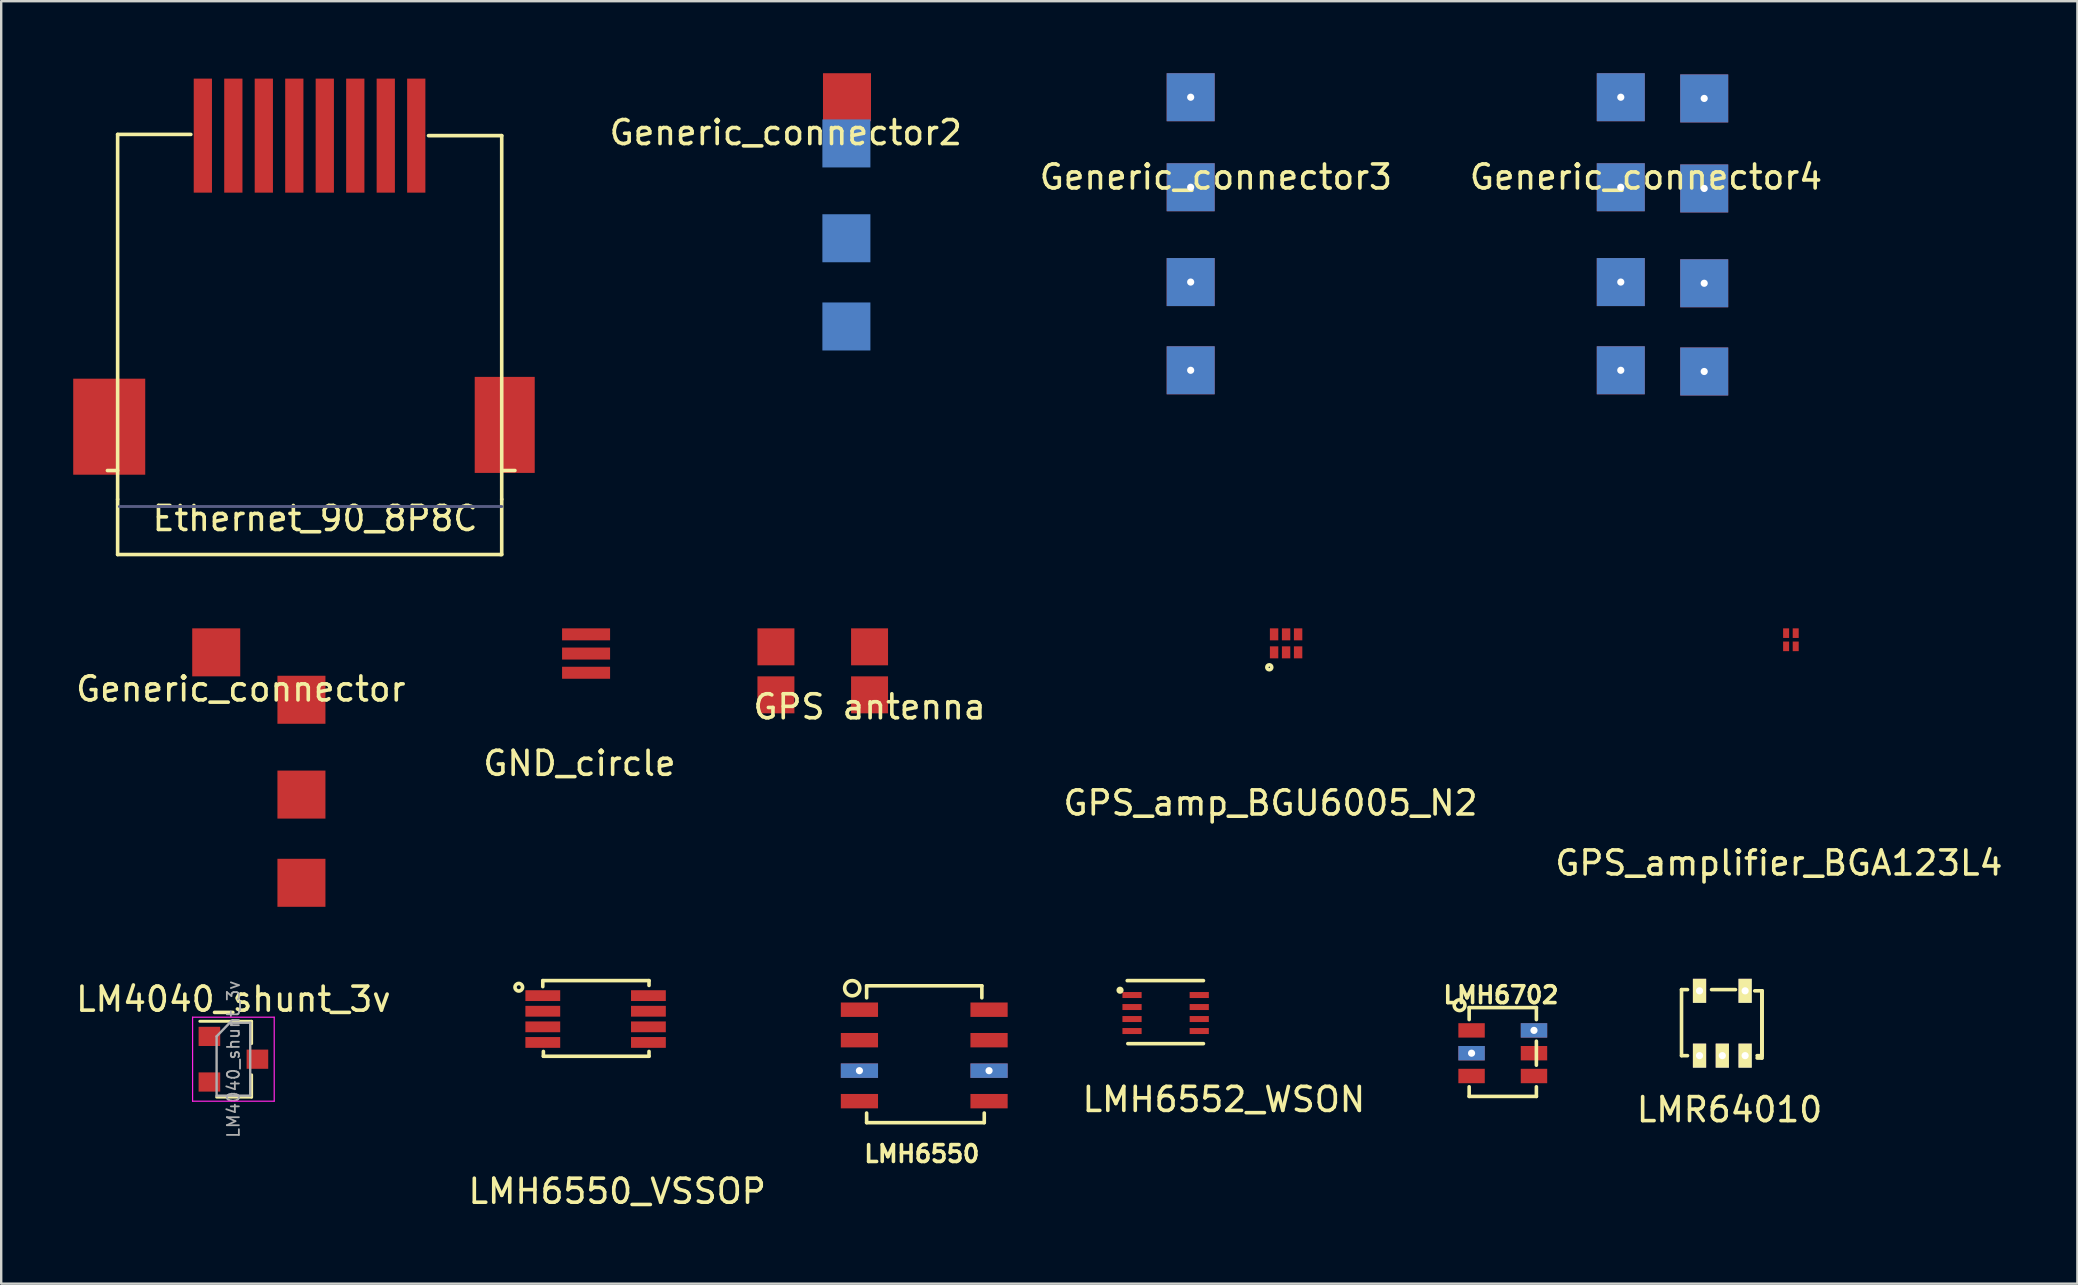
<source format=kicad_pcb>
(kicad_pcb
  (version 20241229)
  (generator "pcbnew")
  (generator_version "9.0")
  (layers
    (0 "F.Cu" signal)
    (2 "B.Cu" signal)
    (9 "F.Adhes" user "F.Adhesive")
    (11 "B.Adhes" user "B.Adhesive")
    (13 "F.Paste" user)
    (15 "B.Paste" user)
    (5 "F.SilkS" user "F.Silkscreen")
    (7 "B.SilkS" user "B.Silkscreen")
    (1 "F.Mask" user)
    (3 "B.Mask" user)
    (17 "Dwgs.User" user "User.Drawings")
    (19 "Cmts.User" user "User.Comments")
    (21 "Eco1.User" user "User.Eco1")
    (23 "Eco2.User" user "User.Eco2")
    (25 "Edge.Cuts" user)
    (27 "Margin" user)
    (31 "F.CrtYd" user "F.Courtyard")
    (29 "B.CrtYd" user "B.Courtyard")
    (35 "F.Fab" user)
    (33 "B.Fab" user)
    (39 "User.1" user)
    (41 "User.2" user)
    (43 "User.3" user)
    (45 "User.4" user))
  (footprint "LMH6702"
    (layer "F.Cu")
    (at 59.551 40.823)
    (property "Reference" "LMH6702" (at -0.075 -2.425 0) (layer "F.SilkS") (effects (font (size 0.7 0.7) (thickness 0.15))))
    (attr through_hole)
    (fp_line (start -1.4 -1.9) (end 1.4 -1.9) (stroke (width 0.15) (type solid)) (layer "F.SilkS"))
    (fp_line (start -1.4 -1.4) (end -1.4 -1.9) (stroke (width 0.15) (type solid)) (layer "F.SilkS"))
    (fp_line (start -1.4 1.8) (end -1.4 1.4) (stroke (width 0.15) (type solid)) (layer "F.SilkS"))
    (fp_line (start 1.4 -1.9) (end 1.4 -1.4) (stroke (width 0.15) (type solid)) (layer "F.SilkS"))
    (fp_line (start 1.4 -0.5) (end 1.4 0.5) (stroke (width 0.15) (type solid)) (layer "F.SilkS"))
    (fp_line (start 1.4 1.4) (end 1.4 1.8) (stroke (width 0.15) (type solid)) (layer "F.SilkS"))
    (fp_line (start 1.4 1.8) (end -1.4 1.8) (stroke (width 0.15) (type solid)) (layer "F.SilkS"))
    (fp_circle (center -1.8 -2) (end -1.7 -2.2) (stroke (width 0.15) (type solid)) (fill no) (layer "F.SilkS"))
    (pad "1" smd rect (at -1.3 -0.95) (size 1.1 0.6) (layers "F.Cu" "F.Mask" "F.Paste"))
    (pad "2" thru_hole rect (at -1.3 0) (size 1.1 0.6) (drill 0.3) (layers "*.Cu" "*.Mask"))
    (pad "3" smd rect (at -1.3 0.95) (size 1.1 0.6) (layers "F.Cu" "F.Mask" "F.Paste"))
    (pad "4" smd rect (at 1.3 0.95) (size 1.1 0.6) (layers "F.Cu" "F.Mask" "F.Paste"))
    (pad "5" smd rect (at 1.3 0) (size 1.1 0.6) (layers "F.Cu" "F.Mask" "F.Paste"))
    (pad "6" thru_hole rect (at 1.3 -0.95) (size 1.1 0.6) (drill 0.3) (layers "*.Cu" "*.Mask")))
  (footprint "LMH6552_WSON"
    (layer "F.Cu")
    (at 47.932 42.25)
    (property "Reference" "LMH6552_WSON" (at 0 0.5 0) (layer "F.SilkS") (effects (font (size 1 1) (thickness 0.15))))
    (attr through_hole)
    (fp_line (start -4.025 -4.45) (end -0.85 -4.45) (stroke (width 0.15) (type solid)) (layer "F.SilkS"))
    (fp_line (start -4 -1.825) (end -0.85 -1.825) (stroke (width 0.15) (type solid)) (layer "F.SilkS"))
    (fp_circle (center -4.325 -4.05) (end -4.25 -4.05) (stroke (width 0.15) (type solid)) (fill no) (layer "F.SilkS"))
    (pad "1" smd rect (at -3.825 -3.85) (size 0.8 0.25) (layers "F.Cu" "F.Mask" "F.Paste"))
    (pad "2" smd rect (at -3.825 -3.35) (size 0.8 0.25) (layers "F.Cu" "F.Mask" "F.Paste"))
    (pad "3" smd rect (at -3.825 -2.85) (size 0.8 0.25) (layers "F.Cu" "F.Mask" "F.Paste"))
    (pad "4" smd rect (at -3.825 -2.35) (size 0.8 0.25) (layers "F.Cu" "F.Mask" "F.Paste"))
    (pad "5" smd rect (at -1.025 -2.35) (size 0.8 0.25) (layers "F.Cu" "F.Mask" "F.Paste"))
    (pad "6" smd rect (at -1.025 -2.85) (size 0.8 0.25) (layers "F.Cu" "F.Mask" "F.Paste"))
    (pad "7" smd rect (at -1.025 -3.35) (size 0.8 0.25) (layers "F.Cu" "F.Mask" "F.Paste"))
    (pad "8" smd rect (at -1.025 -3.85) (size 0.8 0.25) (layers "F.Cu" "F.Mask" "F.Paste")))
  (footprint "GPS_amplifier_BGA123L4"
    (layer "F.Cu")
    (at 71.354 23.4)
    (property "Reference" "GPS_amplifier_BGA123L4" (at -0.3 9.5 0) (layer "F.SilkS") (effects (font (size 1 1) (thickness 0.15))))
    (attr through_hole)
    (pad "1" smd rect (at 0 0.475) (size 0.25 0.4) (layers "F.Cu" "F.Mask" "F.Paste"))
    (pad "2" smd rect (at 0.4 0.475) (size 0.25 0.4) (layers "F.Cu" "F.Mask" "F.Paste"))
    (pad "3" smd rect (at 0.4 -0.075) (size 0.25 0.4) (layers "F.Cu" "F.Mask" "F.Paste"))
    (pad "4" smd rect (at 0 -0.075) (size 0.25 0.4) (layers "F.Cu" "F.Mask" "F.Paste")))
  (footprint "GPS_amp_BGU6005_N2"
    (layer "F.Cu")
    (at 50.025 24.05)
    (property "Reference" "GPS_amp_BGU6005_N2" (at -0.15 6.35 0) (layer "F.SilkS") (effects (font (size 1 1) (thickness 0.15))))
    (attr through_hole)
    (fp_circle (center -0.2 0.697) (end -0.1 0.672) (stroke (width 0.15) (type solid)) (fill no) (layer "F.SilkS"))
    (pad "1" smd rect (at 0 0.075) (size 0.35 0.5) (layers "F.Cu" "F.Mask" "F.Paste"))
    (pad "2" smd rect (at 0.5 0.075) (size 0.35 0.5) (layers "F.Cu" "F.Mask" "F.Paste"))
    (pad "3" smd rect (at 1 0.075) (size 0.35 0.5) (layers "F.Cu" "F.Mask" "F.Paste"))
    (pad "4" smd rect (at 0 -0.675) (size 0.35 0.5) (layers "F.Cu" "F.Mask" "F.Paste"))
    (pad "5" smd rect (at 0.5 -0.675) (size 0.35 0.5) (layers "F.Cu" "F.Mask" "F.Paste"))
    (pad "6" smd rect (at 1 -0.675) (size 0.35 0.5) (layers "F.Cu" "F.Mask" "F.Paste")))
  (footprint "GPS antenna"
    (layer "F.Cu")
    (at 33.173 25.895)
    (property "Reference" "GPS antenna" (at 0 0.5 0) (layer "F.SilkS") (effects (font (size 1 1) (thickness 0.15))))
    (attr through_hole)
    (pad "1" smd rect (at 0 -2) (size 1.54 1.54) (layers "F.Cu" "F.Mask" "F.Paste"))
    (pad "2" smd rect (at -3.9 -2) (size 1.54 1.54) (layers "F.Cu" "F.Mask" "F.Paste"))
    (pad "3" smd rect (at -3.9 0) (size 1.54 1.54) (layers "F.Cu" "F.Mask" "F.Paste"))
    (pad "4" smd rect (at 0 0) (size 1.54 1.54) (layers "F.Cu" "F.Mask" "F.Paste")))
  (footprint "Generic_connector4"
    (layer "F.Cu")
    (at 65.492 2.025)
    (property "Reference" "Generic_connector4" (at 0.025 2.3 0) (layer "F.SilkS") (effects (font (size 1 1) (thickness 0.15))))
    (attr through_hole)
    (pad "1" thru_hole rect (at -1.025 -1.025) (size 2 2) (drill 0.3) (layers "*.Cu" "*.Mask"))
    (pad "1" thru_hole rect (at 2.45 -0.975) (size 2 2) (drill 0.3) (layers "*.Cu" "*.Mask"))
    (pad "2" thru_hole rect (at -1.025 2.725) (size 2 2) (drill 0.3) (layers "*.Cu" "*.Mask"))
    (pad "2" thru_hole rect (at 2.45 2.775) (size 2 2) (drill 0.3) (layers "*.Cu" "*.Mask"))
    (pad "3" thru_hole rect (at -1.025 6.675) (size 2 2) (drill 0.3) (layers "*.Cu" "*.Mask"))
    (pad "3" thru_hole rect (at 2.45 6.725) (size 2 2) (drill 0.3) (layers "*.Cu" "*.Mask"))
    (pad "4" thru_hole rect (at -1.025 10.35) (size 2 2) (drill 0.3) (layers "*.Cu" "*.Mask"))
    (pad "4" thru_hole rect (at 2.45 10.4) (size 2 2) (drill 0.3) (layers "*.Cu" "*.Mask")))
  (footprint "Generic_connector"
    (layer "F.Cu")
    (at 6.982 25.15)
    (property "Reference" "Generic_connector" (at 0 0.5 0) (layer "F.SilkS") (effects (font (size 1 1) (thickness 0.15))))
    (attr through_hole)
    (pad "1" smd rect (at -1.025 -1.025) (size 2 2) (layers "F.Cu" "F.Mask" "F.Paste"))
    (pad "2" smd rect (at 2.525 0.95) (size 2 2) (layers "F.Cu" "F.Mask" "F.Paste"))
    (pad "3" smd rect (at 2.525 4.9) (size 2 2) (layers "F.Cu" "F.Mask" "F.Paste"))
    (pad "4" smd rect (at 2.525 8.575) (size 2 2) (layers "F.Cu" "F.Mask" "F.Paste")))
  (footprint "LM4040_shunt_3v"
    (layer "F.Cu")
    (at 6.673 41.073)
    (property "Reference" "LM4040_shunt_3v" (at 0 -2.5 0) (layer "F.SilkS") (effects (font (size 1 1) (thickness 0.15))))
    (attr smd)
    (fp_line (start 0.76 -1.58) (end -1.4 -1.58) (stroke (width 0.12) (type solid)) (layer "F.SilkS"))
    (fp_line (start 0.76 -1.58) (end 0.76 -0.65) (stroke (width 0.12) (type solid)) (layer "F.SilkS"))
    (fp_line (start 0.76 1.58) (end -0.7 1.58) (stroke (width 0.12) (type solid)) (layer "F.SilkS"))
    (fp_line (start 0.76 1.58) (end 0.76 0.65) (stroke (width 0.12) (type solid)) (layer "F.SilkS"))
    (fp_line (start -1.7 -1.75) (end 1.7 -1.75) (stroke (width 0.05) (type solid)) (layer "F.CrtYd"))
    (fp_line (start -1.7 1.75) (end -1.7 -1.75) (stroke (width 0.05) (type solid)) (layer "F.CrtYd"))
    (fp_line (start 1.7 -1.75) (end 1.7 1.75) (stroke (width 0.05) (type solid)) (layer "F.CrtYd"))
    (fp_line (start 1.7 1.75) (end -1.7 1.75) (stroke (width 0.05) (type solid)) (layer "F.CrtYd"))
    (fp_line (start -0.7 -0.95) (end -0.7 1.5) (stroke (width 0.1) (type solid)) (layer "F.Fab"))
    (fp_line (start -0.7 -0.95) (end -0.15 -1.52) (stroke (width 0.1) (type solid)) (layer "F.Fab"))
    (fp_line (start -0.7 1.52) (end 0.7 1.52) (stroke (width 0.1) (type solid)) (layer "F.Fab"))
    (fp_line (start -0.15 -1.52) (end 0.7 -1.52) (stroke (width 0.1) (type solid)) (layer "F.Fab"))
    (fp_line (start 0.7 -1.52) (end 0.7 1.52) (stroke (width 0.1) (type solid)) (layer "F.Fab"))
    (fp_text user "${REFERENCE}" (at 0 0 90) (layer "F.Fab") (effects (font (size 0.5 0.5) (thickness 0.075))))
    (pad "1" smd rect (at -1 -0.95) (size 0.9 0.8) (layers "F.Cu" "F.Mask" "F.Paste"))
    (pad "2" smd rect (at -1 0.95) (size 0.9 0.8) (layers "F.Cu" "F.Mask" "F.Paste"))
    (pad "3" smd rect (at 1 0) (size 0.9 0.8) (layers "F.Cu" "F.Mask" "F.Paste")))
  (footprint "Generic_connector2"
    (layer "F.Cu")
    (at 33.258 2.025)
    (property "Reference" "Generic_connector2" (at -3.575 0.45 0) (layer "F.SilkS") (effects (font (size 1 1) (thickness 0.15))))
    (attr through_hole)
    (pad "1" smd rect (at -1.025 -1.025) (size 2 2) (layers "F.Cu" "F.Mask" "F.Paste"))
    (pad "2" smd rect (at -1.05 0.9) (size 2 2) (layers "B.Cu" "B.Mask" "B.Paste"))
    (pad "3" smd rect (at -1.05 4.85) (size 2 2) (layers "B.Cu" "B.Mask" "B.Paste"))
    (pad "4" smd rect (at -1.05 8.525) (size 2 2) (layers "B.Cu" "B.Mask" "B.Paste")))
  (footprint "LMH6550_VSSOP"
    (layer "F.Cu")
    (at 22.686 39.925)
    (property "Reference" "LMH6550_VSSOP" (at -0.025 6.65 0) (layer "F.SilkS") (effects (font (size 1 1) (thickness 0.15))))
    (attr through_hole)
    (fp_line (start -3.125 -2.125) (end 1.3 -2.125) (stroke (width 0.15) (type solid)) (layer "F.SilkS"))
    (fp_line (start -3.125 -1.875) (end -3.125 -2.125) (stroke (width 0.15) (type solid)) (layer "F.SilkS"))
    (fp_line (start -3.1 0.825) (end -3.1 1.025) (stroke (width 0.15) (type solid)) (layer "F.SilkS"))
    (fp_line (start -3.1 1.025) (end 1.3 1.025) (stroke (width 0.15) (type solid)) (layer "F.SilkS"))
    (fp_line (start 1.3 -2.125) (end 1.3 -1.925) (stroke (width 0.15) (type solid)) (layer "F.SilkS"))
    (fp_line (start 1.3 1.025) (end 1.3 0.825) (stroke (width 0.15) (type solid)) (layer "F.SilkS"))
    (fp_circle (center -4.125 -1.85) (end -3.975 -1.9) (stroke (width 0.15) (type solid)) (fill no) (layer "F.SilkS"))
    (pad "1" smd rect (at -3.125 -1.5) (size 1.45 0.45) (layers "F.Cu" "F.Mask" "F.Paste"))
    (pad "2" smd rect (at -3.125 -0.85) (size 1.45 0.45) (layers "F.Cu" "F.Mask" "F.Paste"))
    (pad "3" smd rect (at -3.125 -0.2) (size 1.45 0.45) (layers "F.Cu" "F.Mask" "F.Paste"))
    (pad "4" smd rect (at -3.125 0.45) (size 1.45 0.45) (layers "F.Cu" "F.Mask" "F.Paste"))
    (pad "5" smd rect (at 1.275 0.45) (size 1.45 0.45) (layers "F.Cu" "F.Mask" "F.Paste"))
    (pad "6" smd rect (at 1.275 -0.2) (size 1.45 0.45) (layers "F.Cu" "F.Mask" "F.Paste"))
    (pad "7" smd rect (at 1.275 -0.85) (size 1.45 0.45) (layers "F.Cu" "F.Mask" "F.Paste"))
    (pad "8" smd rect (at 1.275 -1.5) (size 1.45 0.45) (layers "F.Cu" "F.Mask" "F.Paste")))
  (footprint "Generic_connector3"
    (layer "F.Cu")
    (at 47.575 2.025)
    (property "Reference" "Generic_connector3" (at 0.025 2.3 0) (layer "F.SilkS") (effects (font (size 1 1) (thickness 0.15))))
    (attr through_hole)
    (pad "1" thru_hole rect (at -1.025 -1.025) (size 2 2) (drill 0.3) (layers "*.Cu" "*.Mask"))
    (pad "2" thru_hole rect (at -1.025 2.725) (size 2 2) (drill 0.3) (layers "*.Cu" "*.Mask"))
    (pad "3" thru_hole rect (at -1.025 6.675) (size 2 2) (drill 0.3) (layers "*.Cu" "*.Mask"))
    (pad "4" thru_hole rect (at -1.025 10.35) (size 2 2) (drill 0.3) (layers "*.Cu" "*.Mask")))
  (footprint "LMH6550"
    (layer "F.Cu")
    (at 35.451 40.916)
    (property "Reference" "LMH6550" (at -0.1 4.1 0) (layer "F.SilkS") (effects (font (size 0.7 0.7) (thickness 0.15))))
    (attr through_hole)
    (fp_line (start -2.4 -2.9) (end 2.4 -2.9) (stroke (width 0.15) (type solid)) (layer "F.SilkS"))
    (fp_line (start -2.4 -2.4) (end -2.4 -2.9) (stroke (width 0.15) (type solid)) (layer "F.SilkS"))
    (fp_line (start -2.4 2.4) (end -2.4 2.8) (stroke (width 0.15) (type solid)) (layer "F.SilkS"))
    (fp_line (start -2.4 2.8) (end 2.5 2.8) (stroke (width 0.15) (type solid)) (layer "F.SilkS"))
    (fp_line (start 2.4 -2.9) (end 2.4 -2.4) (stroke (width 0.15) (type solid)) (layer "F.SilkS"))
    (fp_line (start 2.5 2.8) (end 2.5 2.4) (stroke (width 0.15) (type solid)) (layer "F.SilkS"))
    (fp_circle (center -3 -2.8) (end -2.7 -2.9) (stroke (width 0.15) (type solid)) (fill no) (layer "F.SilkS"))
    (pad "1" smd rect (at -2.7 -1.905) (size 1.55 0.6) (layers "F.Cu" "F.Mask" "F.Paste"))
    (pad "2" smd rect (at -2.7 -0.635) (size 1.55 0.6) (layers "F.Cu" "F.Mask" "F.Paste"))
    (pad "3" thru_hole rect (at -2.7 0.635) (size 1.55 0.6) (drill 0.3) (layers "*.Cu" "*.Mask"))
    (pad "4" smd rect (at -2.7 1.905) (size 1.55 0.6) (layers "F.Cu" "F.Mask" "F.Paste"))
    (pad "5" smd rect (at 2.7 1.905) (size 1.55 0.6) (layers "F.Cu" "F.Mask" "F.Paste"))
    (pad "6" thru_hole rect (at 2.7 0.635) (size 1.55 0.6) (drill 0.3) (layers "*.Cu" "*.Mask"))
    (pad "7" smd rect (at 2.7 -0.635) (size 1.55 0.6) (layers "F.Cu" "F.Mask" "F.Paste"))
    (pad "8" smd rect (at 2.7 -1.905) (size 1.55 0.6) (layers "F.Cu" "F.Mask" "F.Paste")))
  (footprint "LMR64010"
    (layer "F.Cu")
    (at 67.747 40.925)
    (property "Reference" "LMR64010" (at 1.25 2.25 0) (layer "F.SilkS") (effects (font (size 1 1) (thickness 0.15))))
    (attr through_hole)
    (fp_line (start -0.75 0) (end -0.75 -2.75) (stroke (width 0.15) (type solid)) (layer "F.SilkS"))
    (fp_line (start -0.5 -2.75) (end -0.75 -2.75) (stroke (width 0.15) (type solid)) (layer "F.SilkS"))
    (fp_line (start -0.5 0) (end -0.75 0) (stroke (width 0.15) (type solid)) (layer "F.SilkS"))
    (fp_line (start 0.5 -2.75) (end 1.5 -2.75) (stroke (width 0.15) (type solid)) (layer "F.SilkS"))
    (fp_line (start 2.4 0.1) (end 2.6 0.1) (stroke (width 0.15) (type solid)) (layer "F.SilkS"))
    (fp_line (start 2.6 -2.7) (end 2.3 -2.7) (stroke (width 0.15) (type solid)) (layer "F.SilkS"))
    (fp_line (start 2.6 -2.7) (end 2.6 0) (stroke (width 0.15) (type solid)) (layer "F.SilkS"))
    (fp_line (start 2.6 0) (end 2.4 0) (stroke (width 0.15) (type solid)) (layer "F.SilkS"))
    (fp_line (start 2.6 0) (end 2.6 -2.7) (stroke (width 0.15) (type solid)) (layer "F.SilkS"))
    (fp_line (start 2.6 0.1) (end 2.6 -2.7) (stroke (width 0.15) (type solid)) (layer "F.SilkS"))
    (pad "1" thru_hole rect (at 0 0) (size 0.55 1) (drill 0.3) (layers "*.Cu" "*.Mask" "F.SilkS"))
    (pad "2" thru_hole rect (at 0.95 0) (size 0.55 1) (drill 0.3) (layers "*.Cu" "*.Mask" "F.SilkS"))
    (pad "3" thru_hole rect (at 1.9 0) (size 0.55 1) (drill 0.3) (layers "*.Cu" "*.Mask" "F.SilkS"))
    (pad "4" thru_hole rect (at 0 -2.7) (size 0.55 1) (drill 0.3) (layers "*.Cu" "*.Mask" "F.SilkS"))
    (pad "5" thru_hole rect (at 1.9 -2.7) (size 0.55 1) (drill 0.3) (layers "*.Cu" "*.Mask" "F.SilkS")))
  (footprint "GND_circle"
    (layer "F.Cu")
    (at 21.264 24.225)
    (property "Reference" "GND_circle" (at -0.175 4.525 0) (layer "F.SilkS") (effects (font (size 1 1) (thickness 0.15))))
    (attr through_hole)
    (pad "1" smd rect (at 0.1 -0.85) (size 2 0.5) (layers "F.Cu" "F.Mask" "F.Paste"))
    (pad "1" smd rect (at 0.1 -0.05) (size 2 0.5) (layers "F.Cu" "F.Mask" "F.Paste"))
    (pad "1" smd rect (at 0.1 0.75) (size 2 0.5) (layers "F.Cu" "F.Mask" "F.Paste")))
  (footprint "Ethernet_90_8P8C"
    (layer "F.Cu")
    (at 5 0.25)
    (property "Reference" "Ethernet_90_8P8C" (at 5.075 18.3 0) (layer "F.SilkS") (effects (font (size 1 1) (thickness 0.15))))
    (attr through_hole)
    (fp_line (start -3.15 2.3) (end -3.15 17.5) (stroke (width 0.15) (type solid)) (layer "F.SilkS"))
    (fp_line (start -3.15 16.3) (end -3.575 16.3) (stroke (width 0.15) (type solid)) (layer "F.SilkS"))
    (fp_line (start -3.15 17.5) (end -3.15 19.8) (stroke (width 0.15) (type solid)) (layer "F.SilkS"))
    (fp_line (start -3.15 19.8) (end 12.8 19.8) (stroke (width 0.15) (type solid)) (layer "F.SilkS"))
    (fp_line (start -0.1 2.3) (end -3.15 2.3) (stroke (width 0.15) (type solid)) (layer "F.SilkS"))
    (fp_line (start 9.8 2.35) (end 12.85 2.35) (stroke (width 0.15) (type solid)) (layer "F.SilkS"))
    (fp_line (start 12.8 19.8) (end 12.85 19.8) (stroke (width 0.15) (type solid)) (layer "F.SilkS"))
    (fp_line (start 12.85 2.35) (end 12.85 17.5) (stroke (width 0.15) (type solid)) (layer "F.SilkS"))
    (fp_line (start 12.85 16.3) (end 13.4 16.3) (stroke (width 0.15) (type solid)) (layer "F.SilkS"))
    (fp_line (start 12.85 19.8) (end 12.85 17.5) (stroke (width 0.15) (type solid)) (layer "F.SilkS"))
    (fp_line (start 12.85 17.8) (end -3.075 17.8) (stroke (width 0.12) (type solid)) (layer "B.Fab"))
    (pad "0" smd rect (at -3.5 14.475 90) (size 4 3) (layers "F.Cu" "F.Mask" "F.Paste"))
    (pad "0" smd rect (at 12.975 14.4 90) (size 4 2.5) (layers "F.Cu" "F.Mask" "F.Paste"))
    (pad "1" smd rect (at 0.4 2.35 90) (size 4.75 0.76) (layers "F.Cu" "F.Mask" "F.Paste"))
    (pad "2" smd rect (at 1.67 2.35 90) (size 4.75 0.76) (layers "F.Cu" "F.Mask" "F.Paste"))
    (pad "3" smd rect (at 2.94 2.35 90) (size 4.75 0.76) (layers "F.Cu" "F.Mask" "F.Paste"))
    (pad "4" smd rect (at 4.21 2.35 90) (size 4.75 0.76) (layers "F.Cu" "F.Mask" "F.Paste"))
    (pad "5" smd rect (at 5.48 2.35 90) (size 4.75 0.76) (layers "F.Cu" "F.Mask" "F.Paste"))
    (pad "6" smd rect (at 6.75 2.35 90) (size 4.75 0.76) (layers "F.Cu" "F.Mask" "F.Paste"))
    (pad "7" smd rect (at 8.02 2.35 90) (size 4.75 0.76) (layers "F.Cu" "F.Mask" "F.Paste"))
    (pad "8" smd rect (at 9.29 2.35 90) (size 4.75 0.76) (layers "F.Cu" "F.Mask" "F.Paste")))
  (gr_rect
    (start -3 -3)
    (end 83.488 50.423)
    (stroke (width 0.1) (type default))
    (fill no)
    (layer "Edge.Cuts")))
</source>
